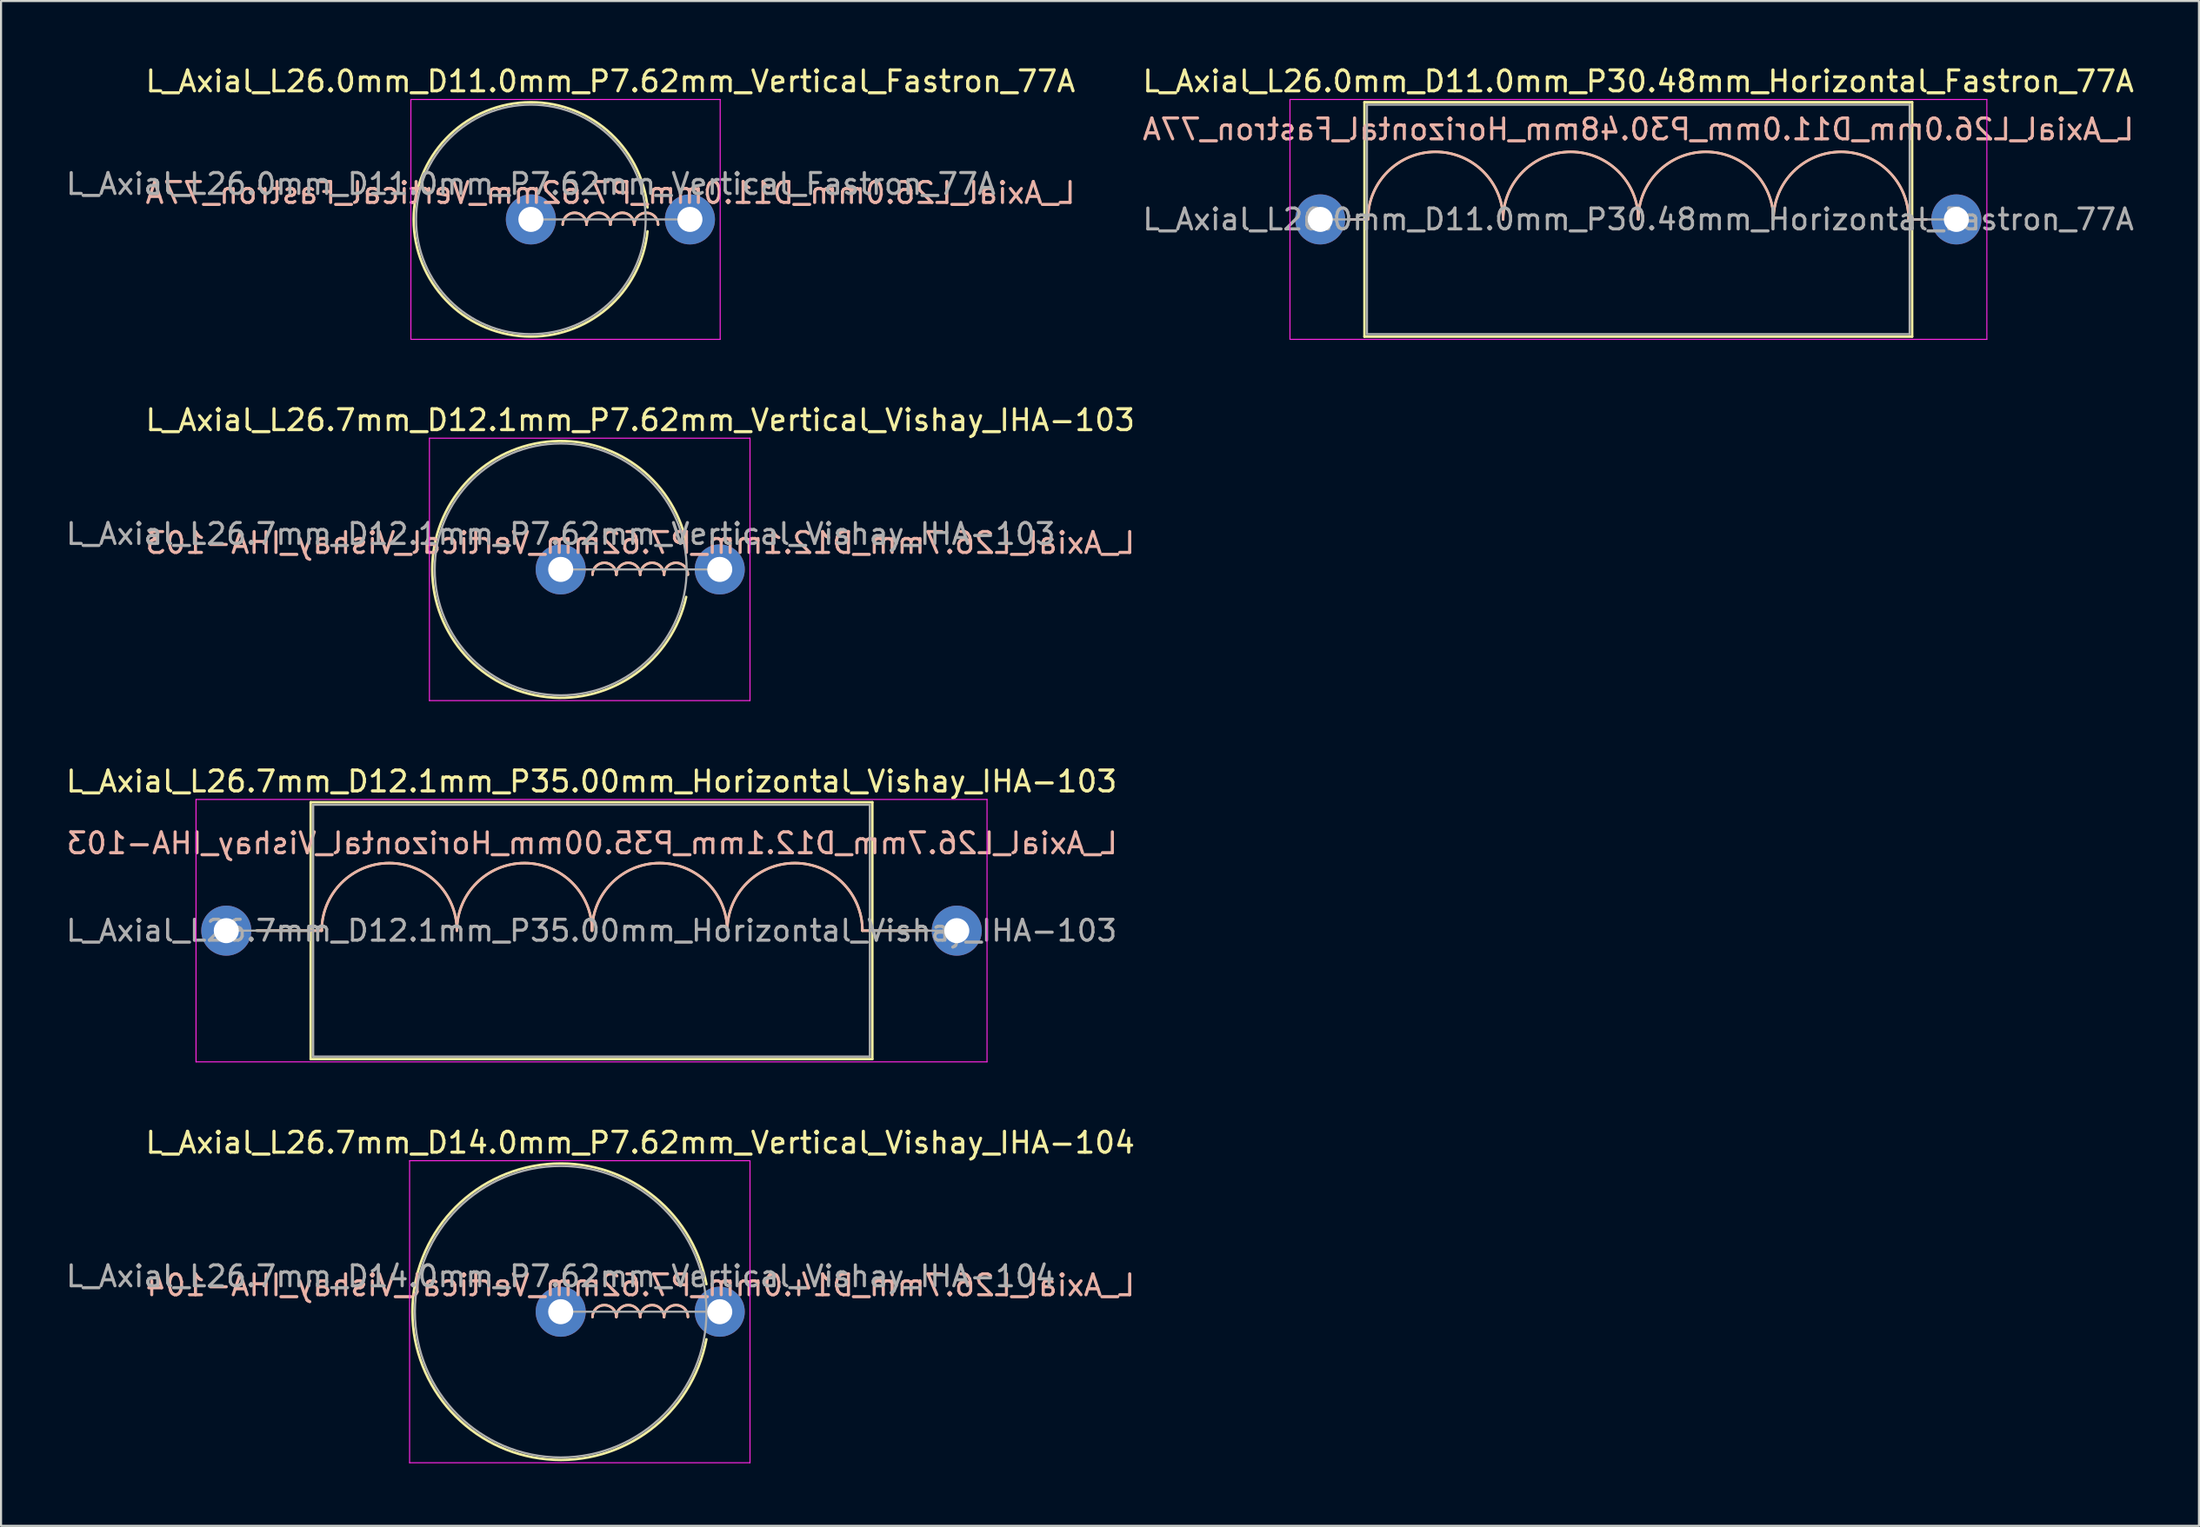
<source format=kicad_pcb>
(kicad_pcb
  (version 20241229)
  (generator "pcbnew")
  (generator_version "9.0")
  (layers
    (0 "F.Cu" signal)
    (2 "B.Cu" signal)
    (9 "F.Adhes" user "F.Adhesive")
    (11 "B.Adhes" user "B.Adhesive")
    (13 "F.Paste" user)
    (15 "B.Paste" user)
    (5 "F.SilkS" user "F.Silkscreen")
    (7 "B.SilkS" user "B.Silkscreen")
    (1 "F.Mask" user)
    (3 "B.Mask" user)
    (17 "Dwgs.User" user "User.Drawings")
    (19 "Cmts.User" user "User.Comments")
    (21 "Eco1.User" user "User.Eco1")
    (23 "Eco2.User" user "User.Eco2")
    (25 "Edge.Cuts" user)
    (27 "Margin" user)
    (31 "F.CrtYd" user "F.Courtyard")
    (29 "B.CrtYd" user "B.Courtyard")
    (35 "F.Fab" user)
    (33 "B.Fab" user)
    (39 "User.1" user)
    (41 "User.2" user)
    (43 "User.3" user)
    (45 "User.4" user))
  (footprint "L_Axial_L26.0mm_D11.0mm_P7.62mm_Vertical_Fastron_77A"
    (layer "F.Cu")
    (at 22.387 7.468)
    (property "Reference" "L_Axial_L26.0mm_D11.0mm_P7.62mm_Vertical_Fastron_77A" (at 3.81 -6.62 0) (layer "F.SilkS") (effects (font (size 1 1) (thickness 0.15))))
    (fp_arc (start 1.524 0.254) (mid 2.0955 -0.3175) (end 2.667 0.254) (stroke (width 0.12) (type solid)) (layer "F.SilkS"))
    (fp_arc (start 2.667 0.254) (mid 3.2385 -0.3175) (end 3.81 0.254) (stroke (width 0.12) (type solid)) (layer "F.SilkS"))
    (fp_arc (start 3.81 0.254) (mid 4.3815 -0.3175) (end 4.953 0.254) (stroke (width 0.12) (type solid)) (layer "F.SilkS"))
    (fp_arc (start 4.953 0.254) (mid 5.5245 -0.3175) (end 6.096 0.254) (stroke (width 0.12) (type solid)) (layer "F.SilkS"))
    (fp_arc (start 5.588 0.5715) (mid -5.617148 0) (end 5.588 -0.5715) (stroke (width 0.12) (type solid)) (layer "F.SilkS"))
    (fp_arc (start 1.524 0.254) (mid 2.0955 -0.3175) (end 2.667 0.254) (stroke (width 0.12) (type solid)) (layer "B.SilkS"))
    (fp_arc (start 2.667 0.254) (mid 3.2385 -0.3175) (end 3.81 0.254) (stroke (width 0.12) (type solid)) (layer "B.SilkS"))
    (fp_arc (start 3.81 0.254) (mid 4.3815 -0.3175) (end 4.953 0.254) (stroke (width 0.12) (type solid)) (layer "B.SilkS"))
    (fp_arc (start 4.953 0.254) (mid 5.5245 -0.3175) (end 6.096 0.254) (stroke (width 0.12) (type solid)) (layer "B.SilkS"))
    (fp_line (start -5.75 -5.75) (end -5.75 5.75) (stroke (width 0.05) (type solid)) (layer "F.CrtYd"))
    (fp_line (start -5.75 5.75) (end 9.07 5.75) (stroke (width 0.05) (type solid)) (layer "F.CrtYd"))
    (fp_line (start 9.07 -5.75) (end -5.75 -5.75) (stroke (width 0.05) (type solid)) (layer "F.CrtYd"))
    (fp_line (start 9.07 5.75) (end 9.07 -5.75) (stroke (width 0.05) (type solid)) (layer "F.CrtYd"))
    (fp_line (start 0 0) (end 7.62 0) (stroke (width 0.1) (type solid)) (layer "F.Fab"))
    (fp_circle (center 0 0) (end 5.5 0) (stroke (width 0.1) (type solid)) (fill no) (layer "F.Fab"))
    (fp_text user "${REFERENCE}" (at 3.81 -1.27 0) (layer "B.SilkS") (effects (font (size 1 1) (thickness 0.15)) (justify mirror)))
    (fp_text user "${REFERENCE}" (at 0 -1.7 0) (layer "F.Fab") (effects (font (size 1 1) (thickness 0.15))))
    (pad "1" thru_hole circle (at 0 0) (size 2.4 2.4) (drill 1.2) (layers "*.Cu" "*.Mask"))
    (pad "2" thru_hole oval (at 7.62 0) (size 2.4 2.4) (drill 1.2) (layers "*.Cu" "*.Mask")))
  (footprint "L_Axial_L26.0mm_D11.0mm_P30.48mm_Horizontal_Fastron_77A"
    (layer "F.Cu")
    (at 60.207 7.468)
    (property "Reference" "L_Axial_L26.0mm_D11.0mm_P30.48mm_Horizontal_Fastron_77A" (at 15.24 -6.62 0) (layer "F.SilkS") (effects (font (size 1 1) (thickness 0.15))))
    (fp_line (start 1.44 0) (end 2.12 0) (stroke (width 0.12) (type solid)) (layer "F.SilkS"))
    (fp_line (start 2.12 -5.62) (end 2.12 5.62) (stroke (width 0.12) (type solid)) (layer "F.SilkS"))
    (fp_line (start 2.12 5.62) (end 28.36 5.62) (stroke (width 0.12) (type solid)) (layer "F.SilkS"))
    (fp_line (start 2.286 0) (end 2.12 0) (stroke (width 0.12) (type solid)) (layer "F.SilkS"))
    (fp_line (start 28.194 0) (end 28.321 0) (stroke (width 0.12) (type solid)) (layer "F.SilkS"))
    (fp_line (start 28.36 -5.62) (end 2.12 -5.62) (stroke (width 0.12) (type solid)) (layer "F.SilkS"))
    (fp_line (start 28.36 5.62) (end 28.36 -5.62) (stroke (width 0.12) (type solid)) (layer "F.SilkS"))
    (fp_line (start 29.04 0) (end 28.36 0) (stroke (width 0.12) (type solid)) (layer "F.SilkS"))
    (fp_arc (start 2.286 0) (mid 5.5245 -3.2385) (end 8.763 0) (stroke (width 0.12) (type solid)) (layer "F.SilkS"))
    (fp_arc (start 8.763 0) (mid 12.0015 -3.2385) (end 15.24 0) (stroke (width 0.12) (type solid)) (layer "F.SilkS"))
    (fp_arc (start 15.24 0) (mid 18.4785 -3.2385) (end 21.717 0) (stroke (width 0.12) (type solid)) (layer "F.SilkS"))
    (fp_arc (start 21.717 0) (mid 24.9555 -3.2385) (end 28.194 0) (stroke (width 0.12) (type solid)) (layer "F.SilkS"))
    (fp_line (start 1.44 0) (end 2.12 0) (stroke (width 0.12) (type solid)) (layer "B.SilkS"))
    (fp_line (start 2.286 0) (end 2.159 0) (stroke (width 0.12) (type solid)) (layer "B.SilkS"))
    (fp_line (start 28.194 0) (end 28.36 0) (stroke (width 0.12) (type solid)) (layer "B.SilkS"))
    (fp_line (start 29.04 0) (end 28.36 0) (stroke (width 0.12) (type solid)) (layer "B.SilkS"))
    (fp_arc (start 2.286 0) (mid 5.5245 -3.2385) (end 8.763 0) (stroke (width 0.12) (type solid)) (layer "B.SilkS"))
    (fp_arc (start 8.763 0) (mid 12.0015 -3.2385) (end 15.24 0) (stroke (width 0.12) (type solid)) (layer "B.SilkS"))
    (fp_arc (start 15.24 0) (mid 18.4785 -3.2385) (end 21.717 0) (stroke (width 0.12) (type solid)) (layer "B.SilkS"))
    (fp_arc (start 21.717 0) (mid 24.9555 -3.2385) (end 28.194 0) (stroke (width 0.12) (type solid)) (layer "B.SilkS"))
    (fp_line (start -1.45 -5.75) (end -1.45 5.75) (stroke (width 0.05) (type solid)) (layer "F.CrtYd"))
    (fp_line (start -1.45 5.75) (end 31.94 5.75) (stroke (width 0.05) (type solid)) (layer "F.CrtYd"))
    (fp_line (start 31.94 -5.75) (end -1.45 -5.75) (stroke (width 0.05) (type solid)) (layer "F.CrtYd"))
    (fp_line (start 31.94 5.75) (end 31.94 -5.75) (stroke (width 0.05) (type solid)) (layer "F.CrtYd"))
    (fp_line (start 0 0) (end 2.24 0) (stroke (width 0.1) (type solid)) (layer "F.Fab"))
    (fp_line (start 2.24 -5.5) (end 2.24 5.5) (stroke (width 0.1) (type solid)) (layer "F.Fab"))
    (fp_line (start 2.24 5.5) (end 28.24 5.5) (stroke (width 0.1) (type solid)) (layer "F.Fab"))
    (fp_line (start 28.24 -5.5) (end 2.24 -5.5) (stroke (width 0.1) (type solid)) (layer "F.Fab"))
    (fp_line (start 28.24 5.5) (end 28.24 -5.5) (stroke (width 0.1) (type solid)) (layer "F.Fab"))
    (fp_line (start 30.48 0) (end 28.24 0) (stroke (width 0.1) (type solid)) (layer "F.Fab"))
    (fp_text user "${REFERENCE}" (at 15.24 -4.318 0) (layer "B.SilkS") (effects (font (size 1 1) (thickness 0.15)) (justify mirror)))
    (fp_text user "${REFERENCE}" (at 15.24 0 0) (layer "F.Fab") (effects (font (size 1 1) (thickness 0.15))))
    (pad "1" thru_hole circle (at 0 0) (size 2.4 2.4) (drill 1.2) (layers "*.Cu" "*.Mask"))
    (pad "2" thru_hole oval (at 30.48 0) (size 2.4 2.4) (drill 1.2) (layers "*.Cu" "*.Mask")))
  (footprint "L_Axial_L26.7mm_D12.1mm_P7.62mm_Vertical_Vishay_IHA-103"
    (layer "F.Cu")
    (at 23.815 24.247)
    (property "Reference" "L_Axial_L26.7mm_D12.1mm_P7.62mm_Vertical_Vishay_IHA-103" (at 3.81 -7.155 0) (layer "F.SilkS") (effects (font (size 1 1) (thickness 0.15))))
    (fp_arc (start 1.524 0.254) (mid 2.0955 -0.3175) (end 2.667 0.254) (stroke (width 0.12) (type solid)) (layer "F.SilkS"))
    (fp_arc (start 2.667 0.254) (mid 3.2385 -0.3175) (end 3.81 0.254) (stroke (width 0.12) (type solid)) (layer "F.SilkS"))
    (fp_arc (start 3.81 0.254) (mid 4.3815 -0.3175) (end 4.953 0.254) (stroke (width 0.12) (type solid)) (layer "F.SilkS"))
    (fp_arc (start 4.953 0.254) (mid 5.5245 -0.3175) (end 6.096 0.254) (stroke (width 0.12) (type solid)) (layer "F.SilkS"))
    (fp_arc (start 6.01179 1.32) (mid -6.155 0) (end 6.01179 -1.32) (stroke (width 0.12) (type solid)) (layer "F.SilkS"))
    (fp_arc (start 1.524 0.254) (mid 2.0955 -0.3175) (end 2.667 0.254) (stroke (width 0.12) (type solid)) (layer "B.SilkS"))
    (fp_arc (start 2.667 0.254) (mid 3.2385 -0.3175) (end 3.81 0.254) (stroke (width 0.12) (type solid)) (layer "B.SilkS"))
    (fp_arc (start 3.81 0.254) (mid 4.3815 -0.3175) (end 4.953 0.254) (stroke (width 0.12) (type solid)) (layer "B.SilkS"))
    (fp_arc (start 4.953 0.254) (mid 5.5245 -0.3175) (end 6.096 0.254) (stroke (width 0.12) (type solid)) (layer "B.SilkS"))
    (fp_line (start -6.29 -6.29) (end -6.29 6.29) (stroke (width 0.05) (type solid)) (layer "F.CrtYd"))
    (fp_line (start -6.29 6.29) (end 9.07 6.29) (stroke (width 0.05) (type solid)) (layer "F.CrtYd"))
    (fp_line (start 9.07 -6.29) (end -6.29 -6.29) (stroke (width 0.05) (type solid)) (layer "F.CrtYd"))
    (fp_line (start 9.07 6.29) (end 9.07 -6.29) (stroke (width 0.05) (type solid)) (layer "F.CrtYd"))
    (fp_line (start 0 0) (end 7.62 0) (stroke (width 0.1) (type solid)) (layer "F.Fab"))
    (fp_circle (center 0 0) (end 6.035 0) (stroke (width 0.1) (type solid)) (fill no) (layer "F.Fab"))
    (fp_text user "${REFERENCE}" (at 3.81 -1.27 0) (layer "B.SilkS") (effects (font (size 1 1) (thickness 0.15)) (justify mirror)))
    (fp_text user "${REFERENCE}" (at 0 -1.7 0) (layer "F.Fab") (effects (font (size 1 1) (thickness 0.15))))
    (pad "1" thru_hole circle (at 0 0) (size 2.4 2.4) (drill 1.2) (layers "*.Cu" "*.Mask"))
    (pad "2" thru_hole oval (at 7.62 0) (size 2.4 2.4) (drill 1.2) (layers "*.Cu" "*.Mask")))
  (footprint "L_Axial_L26.7mm_D14.0mm_P7.62mm_Vertical_Vishay_IHA-104"
    (layer "F.Cu")
    (at 23.815 59.833)
    (property "Reference" "L_Axial_L26.7mm_D14.0mm_P7.62mm_Vertical_Vishay_IHA-104" (at 3.81 -8.105 0) (layer "F.SilkS") (effects (font (size 1 1) (thickness 0.15))))
    (fp_arc (start 1.524 0.254) (mid 2.0955 -0.3175) (end 2.667 0.254) (stroke (width 0.12) (type solid)) (layer "F.SilkS"))
    (fp_arc (start 2.667 0.254) (mid 3.2385 -0.3175) (end 3.81 0.254) (stroke (width 0.12) (type solid)) (layer "F.SilkS"))
    (fp_arc (start 3.81 0.254) (mid 4.3815 -0.3175) (end 4.953 0.254) (stroke (width 0.12) (type solid)) (layer "F.SilkS"))
    (fp_arc (start 4.953 0.254) (mid 5.5245 -0.3175) (end 6.096 0.254) (stroke (width 0.12) (type solid)) (layer "F.SilkS"))
    (fp_arc (start 6.981305 1.32) (mid -7.105 0) (end 6.981305 -1.32) (stroke (width 0.12) (type solid)) (layer "F.SilkS"))
    (fp_arc (start 1.524 0.254) (mid 2.0955 -0.3175) (end 2.667 0.254) (stroke (width 0.12) (type solid)) (layer "B.SilkS"))
    (fp_arc (start 2.667 0.254) (mid 3.2385 -0.3175) (end 3.81 0.254) (stroke (width 0.12) (type solid)) (layer "B.SilkS"))
    (fp_arc (start 3.81 0.254) (mid 4.3815 -0.3175) (end 4.953 0.254) (stroke (width 0.12) (type solid)) (layer "B.SilkS"))
    (fp_arc (start 4.953 0.254) (mid 5.5245 -0.3175) (end 6.096 0.254) (stroke (width 0.12) (type solid)) (layer "B.SilkS"))
    (fp_line (start -7.24 -7.24) (end -7.24 7.24) (stroke (width 0.05) (type solid)) (layer "F.CrtYd"))
    (fp_line (start -7.24 7.24) (end 9.07 7.24) (stroke (width 0.05) (type solid)) (layer "F.CrtYd"))
    (fp_line (start 9.07 -7.24) (end -7.24 -7.24) (stroke (width 0.05) (type solid)) (layer "F.CrtYd"))
    (fp_line (start 9.07 7.24) (end 9.07 -7.24) (stroke (width 0.05) (type solid)) (layer "F.CrtYd"))
    (fp_line (start 0 0) (end 7.62 0) (stroke (width 0.1) (type solid)) (layer "F.Fab"))
    (fp_circle (center 0 0) (end 6.985 0) (stroke (width 0.1) (type solid)) (fill no) (layer "F.Fab"))
    (fp_text user "${REFERENCE}" (at 3.81 -1.27 0) (layer "B.SilkS") (effects (font (size 1 1) (thickness 0.15)) (justify mirror)))
    (fp_text user "${REFERENCE}" (at 0 -1.7 0) (layer "F.Fab") (effects (font (size 1 1) (thickness 0.15))))
    (pad "1" thru_hole circle (at 0 0) (size 2.4 2.4) (drill 1.2) (layers "*.Cu" "*.Mask"))
    (pad "2" thru_hole oval (at 7.62 0) (size 2.4 2.4) (drill 1.2) (layers "*.Cu" "*.Mask")))
  (footprint "L_Axial_L26.7mm_D12.1mm_P35.00mm_Horizontal_Vishay_IHA-103"
    (layer "F.Cu")
    (at 7.792 41.565)
    (property "Reference" "L_Axial_L26.7mm_D12.1mm_P35.00mm_Horizontal_Vishay_IHA-103" (at 17.5 -7.155 0) (layer "F.SilkS") (effects (font (size 1 1) (thickness 0.15))))
    (fp_line (start 1.44 0) (end 4.045 0) (stroke (width 0.12) (type solid)) (layer "F.SilkS"))
    (fp_line (start 4.045 -6.155) (end 4.045 6.155) (stroke (width 0.12) (type solid)) (layer "F.SilkS"))
    (fp_line (start 4.045 6.155) (end 30.955 6.155) (stroke (width 0.12) (type solid)) (layer "F.SilkS"))
    (fp_line (start 4.572 0) (end 4.045 0) (stroke (width 0.12) (type solid)) (layer "F.SilkS"))
    (fp_line (start 30.48 0) (end 30.988 0) (stroke (width 0.12) (type solid)) (layer "F.SilkS"))
    (fp_line (start 30.955 -6.155) (end 4.045 -6.155) (stroke (width 0.12) (type solid)) (layer "F.SilkS"))
    (fp_line (start 30.955 6.155) (end 30.955 -6.155) (stroke (width 0.12) (type solid)) (layer "F.SilkS"))
    (fp_line (start 33.56 0) (end 30.955 0) (stroke (width 0.12) (type solid)) (layer "F.SilkS"))
    (fp_arc (start 4.572 0) (mid 7.8105 -3.2385) (end 11.049 0) (stroke (width 0.12) (type solid)) (layer "F.SilkS"))
    (fp_arc (start 11.049 0) (mid 14.2875 -3.2385) (end 17.526 0) (stroke (width 0.12) (type solid)) (layer "F.SilkS"))
    (fp_arc (start 17.526 0) (mid 20.7645 -3.2385) (end 24.003 0) (stroke (width 0.12) (type solid)) (layer "F.SilkS"))
    (fp_arc (start 24.003 0) (mid 27.2415 -3.2385) (end 30.48 0) (stroke (width 0.12) (type solid)) (layer "F.SilkS"))
    (fp_line (start 1.492 0) (end 4.097 0) (stroke (width 0.12) (type solid)) (layer "B.SilkS"))
    (fp_line (start 4.572 0) (end 4.064 0) (stroke (width 0.12) (type solid)) (layer "B.SilkS"))
    (fp_line (start 30.48 0) (end 31.007 0) (stroke (width 0.12) (type solid)) (layer "B.SilkS"))
    (fp_line (start 33.612 0) (end 31.007 0) (stroke (width 0.12) (type solid)) (layer "B.SilkS"))
    (fp_arc (start 4.572 0) (mid 7.8105 -3.2385) (end 11.049 0) (stroke (width 0.12) (type solid)) (layer "B.SilkS"))
    (fp_arc (start 11.049 0) (mid 14.2875 -3.2385) (end 17.526 0) (stroke (width 0.12) (type solid)) (layer "B.SilkS"))
    (fp_arc (start 17.526 0) (mid 20.7645 -3.2385) (end 24.003 0) (stroke (width 0.12) (type solid)) (layer "B.SilkS"))
    (fp_arc (start 24.003 0) (mid 27.2415 -3.2385) (end 30.48 0) (stroke (width 0.12) (type solid)) (layer "B.SilkS"))
    (fp_line (start -1.45 -6.29) (end -1.45 6.29) (stroke (width 0.05) (type solid)) (layer "F.CrtYd"))
    (fp_line (start -1.45 6.29) (end 36.45 6.29) (stroke (width 0.05) (type solid)) (layer "F.CrtYd"))
    (fp_line (start 36.45 -6.29) (end -1.45 -6.29) (stroke (width 0.05) (type solid)) (layer "F.CrtYd"))
    (fp_line (start 36.45 6.29) (end 36.45 -6.29) (stroke (width 0.05) (type solid)) (layer "F.CrtYd"))
    (fp_line (start 0 0) (end 4.165 0) (stroke (width 0.1) (type solid)) (layer "F.Fab"))
    (fp_line (start 4.165 -6.035) (end 4.165 6.035) (stroke (width 0.1) (type solid)) (layer "F.Fab"))
    (fp_line (start 4.165 6.035) (end 30.835 6.035) (stroke (width 0.1) (type solid)) (layer "F.Fab"))
    (fp_line (start 30.835 -6.035) (end 4.165 -6.035) (stroke (width 0.1) (type solid)) (layer "F.Fab"))
    (fp_line (start 30.835 6.035) (end 30.835 -6.035) (stroke (width 0.1) (type solid)) (layer "F.Fab"))
    (fp_line (start 35 0) (end 30.835 0) (stroke (width 0.1) (type solid)) (layer "F.Fab"))
    (fp_text user "${REFERENCE}" (at 17.526 -4.191 0) (layer "B.SilkS") (effects (font (size 1 1) (thickness 0.15)) (justify mirror)))
    (fp_text user "${REFERENCE}" (at 17.5 0 0) (layer "F.Fab") (effects (font (size 1 1) (thickness 0.15))))
    (pad "1" thru_hole circle (at 0 0) (size 2.4 2.4) (drill 1.2) (layers "*.Cu" "*.Mask"))
    (pad "2" thru_hole oval (at 35 0) (size 2.4 2.4) (drill 1.2) (layers "*.Cu" "*.Mask")))
  (gr_rect
    (start -3 -3)
    (end 102.31 70.098)
    (stroke (width 0.1) (type default))
    (fill no)
    (layer "Edge.Cuts")))
</source>
